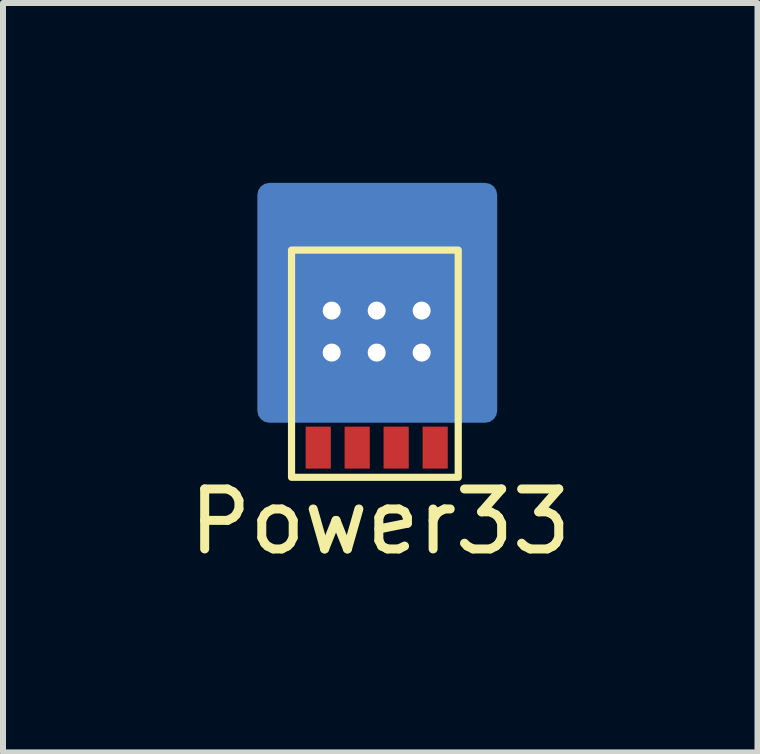
<source format=kicad_pcb>
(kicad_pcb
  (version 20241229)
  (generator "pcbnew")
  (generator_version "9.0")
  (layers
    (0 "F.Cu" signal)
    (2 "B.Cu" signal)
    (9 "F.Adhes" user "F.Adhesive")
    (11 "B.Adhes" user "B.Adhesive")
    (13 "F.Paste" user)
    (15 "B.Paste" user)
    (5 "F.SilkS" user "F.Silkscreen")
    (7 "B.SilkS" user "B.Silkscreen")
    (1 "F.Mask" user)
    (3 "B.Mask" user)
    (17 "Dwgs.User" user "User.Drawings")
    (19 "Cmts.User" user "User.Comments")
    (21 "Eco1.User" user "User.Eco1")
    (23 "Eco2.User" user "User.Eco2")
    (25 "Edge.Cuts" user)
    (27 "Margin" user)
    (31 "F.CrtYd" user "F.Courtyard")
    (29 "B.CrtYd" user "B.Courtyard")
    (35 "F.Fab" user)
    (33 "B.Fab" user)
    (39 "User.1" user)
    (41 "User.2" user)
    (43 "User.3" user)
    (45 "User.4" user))
  (footprint "Power33"
    (layer "F.Cu")
    (at 3.232 3.73)
    (property "Reference" "Power33" (at 0.06 1.92 0) (layer "F.SilkS") (effects (font (size 1 1) (thickness 0.15))))
    (attr through_hole)
    (fp_rect (start -1.42 -2.61) (end 1.36 1.18) (stroke (width 0.12) (type solid)) (fill no) (layer "F.SilkS"))
    (pad "1" smd rect (at -0.975 0.685) (size 0.42 0.7) (layers "F.Cu" "F.Mask" "F.Paste"))
    (pad "2" smd rect (at -0.325 0.685) (size 0.42 0.7) (layers "F.Cu" "F.Mask" "F.Paste"))
    (pad "3" smd rect (at 0.325 0.685) (size 0.42 0.7) (layers "F.Cu" "F.Mask" "F.Paste"))
    (pad "4" smd rect (at 0.975 0.685) (size 0.42 0.7) (layers "F.Cu" "F.Mask" "F.Paste"))
    (pad "5" smd rect (at -0.975 -2.19) (size 0.42 0.45) (layers "F.Cu" "F.Mask" "F.Paste"))
    (pad "5" thru_hole circle (at -0.75 -1.6) (size 0.6 0.6) (drill 0.3) (layers "*.Cu" "*.Mask"))
    (pad "5" thru_hole circle (at -0.75 -0.9) (size 0.6 0.6) (drill 0.3) (layers "*.Cu" "*.Mask"))
    (pad "5" smd rect (at -0.35 -2.19) (size 0.42 0.45) (layers "F.Cu" "F.Mask" "F.Paste"))
    (pad "5" thru_hole circle (at 0 -1.6) (size 0.6 0.6) (drill 0.3) (layers "*.Cu" "*.Mask"))
    (pad "5" smd rect (at 0 -1.22) (size 2.37 1.5) (layers "F.Cu" "F.Mask" "F.Paste"))
    (pad "5" thru_hole circle (at 0 -0.9) (size 0.6 0.6) (drill 0.3) (layers "*.Cu" "*.Mask"))
    (pad "5" smd roundrect (at 0.01 -1.73) (size 4 4) (property pad_prop_heatsink) (layers "B.Cu" "B.Mask" "B.Paste") (roundrect_rratio 0.05))
    (pad "5" smd rect (at 0.35 -2.19) (size 0.42 0.45) (layers "F.Cu" "F.Mask" "F.Paste"))
    (pad "5" thru_hole circle (at 0.75 -1.6) (size 0.6 0.6) (drill 0.3) (layers "*.Cu" "*.Mask"))
    (pad "5" thru_hole circle (at 0.75 -0.9) (size 0.6 0.6) (drill 0.3) (layers "*.Cu" "*.Mask"))
    (pad "5" smd rect (at 0.975 -2.19) (size 0.42 0.45) (layers "F.Cu" "F.Mask" "F.Paste")))
  (gr_rect
    (start -3 -3)
    (end 9.583 9.498)
    (stroke (width 0.1) (type default))
    (fill no)
    (layer "Edge.Cuts")))
</source>
